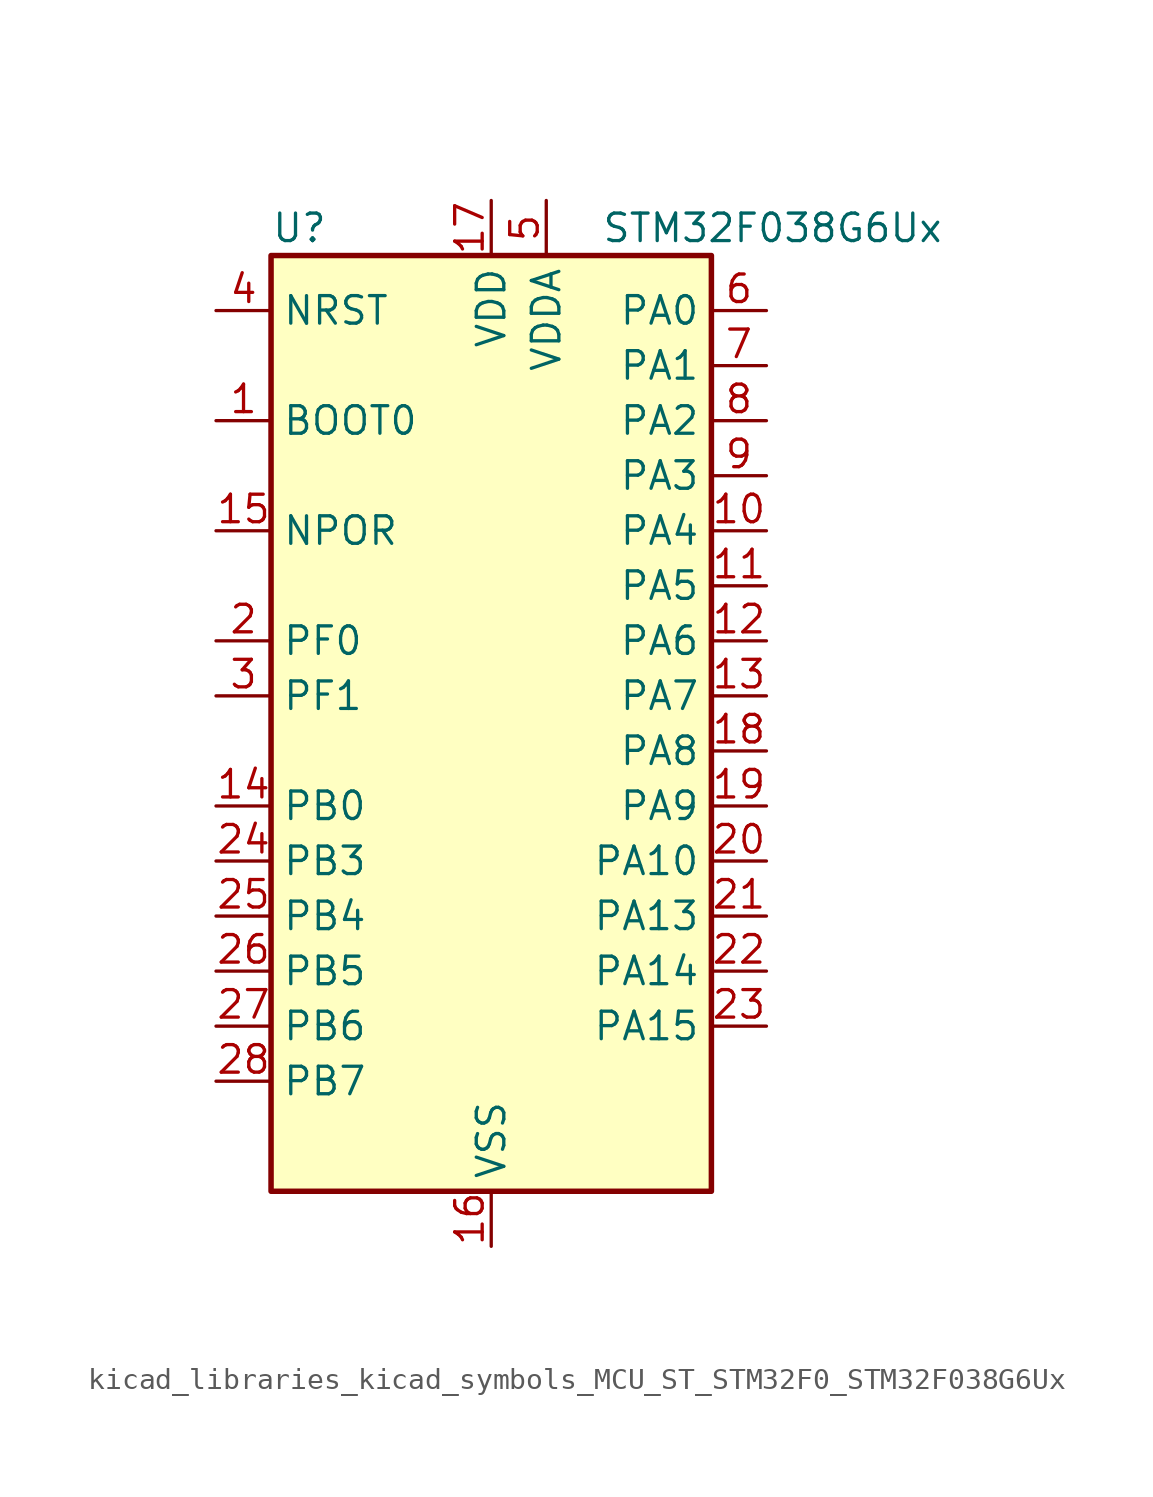
<source format=kicad_sym>
(kicad_symbol_lib
  (version 20220914)
  (generator kicad_symbol_editor)
  (symbol "kicad_libraries_kicad_symbols_MCU_ST_STM32F0_STM32F038G6Ux"
    (property "Reference" "U"
      (at -10.16 24.13 0)
      (effects (font (size 1.27 1.27)) (justify left)))
    (property "Value" "STM32F038G6Ux"
      (at 5.08 24.13 0)
      (effects (font (size 1.27 1.27)) (justify left)))
    (property "ki_locked" ""
      (at 0 0 0)
      (effects (font (size 1.27 1.27))))
    (symbol "kicad_libraries_kicad_symbols_MCU_ST_STM32F0_STM32F038G6Ux_0_1"
      (rectangle (start -10.16 -20.32) (end 10.16 22.86) (stroke (width 0.254) (type default)) (fill (type background))))
    (symbol "kicad_libraries_kicad_symbols_MCU_ST_STM32F0_STM32F038G6Ux_1_1"
      (pin input line (at -12.7 15.24 0) (length 2.54) (name "BOOT0" (effects (font (size 1.27 1.27)))) (number "1" (effects (font (size 1.27 1.27)))))
      (pin bidirectional line (at 12.7 10.16 180) (length 2.54) (name "PA4" (effects (font (size 1.27 1.27)))) (number "10" (effects (font (size 1.27 1.27)))) (alternate "ADC_IN4" bidirectional line) (alternate "I2S1_WS" bidirectional line) (alternate "SPI1_NSS" bidirectional line) (alternate "TIM14_CH1" bidirectional line) (alternate "USART1_CK" bidirectional line))
      (pin bidirectional line (at 12.7 7.62 180) (length 2.54) (name "PA5" (effects (font (size 1.27 1.27)))) (number "11" (effects (font (size 1.27 1.27)))) (alternate "ADC_IN5" bidirectional line) (alternate "I2S1_CK" bidirectional line) (alternate "SPI1_SCK" bidirectional line) (alternate "TIM2_CH1" bidirectional line) (alternate "TIM2_ETR" bidirectional line))
      (pin bidirectional line (at 12.7 5.08 180) (length 2.54) (name "PA6" (effects (font (size 1.27 1.27)))) (number "12" (effects (font (size 1.27 1.27)))) (alternate "ADC_IN6" bidirectional line) (alternate "I2S1_MCK" bidirectional line) (alternate "SPI1_MISO" bidirectional line) (alternate "TIM16_CH1" bidirectional line) (alternate "TIM1_BKIN" bidirectional line) (alternate "TIM3_CH1" bidirectional line))
      (pin bidirectional line (at 12.7 2.54 180) (length 2.54) (name "PA7" (effects (font (size 1.27 1.27)))) (number "13" (effects (font (size 1.27 1.27)))) (alternate "ADC_IN7" bidirectional line) (alternate "I2S1_SD" bidirectional line) (alternate "SPI1_MOSI" bidirectional line) (alternate "TIM14_CH1" bidirectional line) (alternate "TIM17_CH1" bidirectional line) (alternate "TIM1_CH1N" bidirectional line) (alternate "TIM3_CH2" bidirectional line))
      (pin bidirectional line (at -12.7 -2.54 0) (length 2.54) (name "PB0" (effects (font (size 1.27 1.27)))) (number "14" (effects (font (size 1.27 1.27)))) (alternate "ADC_IN8" bidirectional line) (alternate "TIM1_CH2N" bidirectional line) (alternate "TIM3_CH3" bidirectional line))
      (pin input line (at -12.7 10.16 0) (length 2.54) (name "NPOR" (effects (font (size 1.27 1.27)))) (number "15" (effects (font (size 1.27 1.27)))))
      (pin power_in line (at 0 -22.86 90) (length 2.54) (name "VSS" (effects (font (size 1.27 1.27)))) (number "16" (effects (font (size 1.27 1.27)))))
      (pin power_in line (at 0 25.4 270) (length 2.54) (name "VDD" (effects (font (size 1.27 1.27)))) (number "17" (effects (font (size 1.27 1.27)))))
      (pin bidirectional line (at 12.7 0 180) (length 2.54) (name "PA8" (effects (font (size 1.27 1.27)))) (number "18" (effects (font (size 1.27 1.27)))) (alternate "RCC_MCO" bidirectional line) (alternate "TIM1_CH1" bidirectional line) (alternate "USART1_CK" bidirectional line))
      (pin bidirectional line (at 12.7 -2.54 180) (length 2.54) (name "PA9" (effects (font (size 1.27 1.27)))) (number "19" (effects (font (size 1.27 1.27)))) (alternate "I2C1_SCL" bidirectional line) (alternate "TIM1_CH2" bidirectional line) (alternate "USART1_TX" bidirectional line))
      (pin bidirectional line (at -12.7 5.08 0) (length 2.54) (name "PF0" (effects (font (size 1.27 1.27)))) (number "2" (effects (font (size 1.27 1.27)))) (alternate "RCC_OSC_IN" bidirectional line))
      (pin bidirectional line (at 12.7 -5.08 180) (length 2.54) (name "PA10" (effects (font (size 1.27 1.27)))) (number "20" (effects (font (size 1.27 1.27)))) (alternate "I2C1_SDA" bidirectional line) (alternate "TIM17_BKIN" bidirectional line) (alternate "TIM1_CH3" bidirectional line) (alternate "USART1_RX" bidirectional line))
      (pin bidirectional line (at 12.7 -7.62 180) (length 2.54) (name "PA13" (effects (font (size 1.27 1.27)))) (number "21" (effects (font (size 1.27 1.27)))) (alternate "IR_OUT" bidirectional line) (alternate "SYS_SWDIO" bidirectional line))
      (pin bidirectional line (at 12.7 -10.16 180) (length 2.54) (name "PA14" (effects (font (size 1.27 1.27)))) (number "22" (effects (font (size 1.27 1.27)))) (alternate "SYS_SWCLK" bidirectional line) (alternate "USART1_TX" bidirectional line))
      (pin bidirectional line (at 12.7 -12.7 180) (length 2.54) (name "PA15" (effects (font (size 1.27 1.27)))) (number "23" (effects (font (size 1.27 1.27)))) (alternate "I2S1_WS" bidirectional line) (alternate "SPI1_NSS" bidirectional line) (alternate "TIM2_CH1" bidirectional line) (alternate "TIM2_ETR" bidirectional line) (alternate "USART1_RX" bidirectional line))
      (pin bidirectional line (at -12.7 -5.08 0) (length 2.54) (name "PB3" (effects (font (size 1.27 1.27)))) (number "24" (effects (font (size 1.27 1.27)))) (alternate "I2S1_CK" bidirectional line) (alternate "SPI1_SCK" bidirectional line) (alternate "TIM2_CH2" bidirectional line))
      (pin bidirectional line (at -12.7 -7.62 0) (length 2.54) (name "PB4" (effects (font (size 1.27 1.27)))) (number "25" (effects (font (size 1.27 1.27)))) (alternate "I2S1_MCK" bidirectional line) (alternate "SPI1_MISO" bidirectional line) (alternate "TIM3_CH1" bidirectional line))
      (pin bidirectional line (at -12.7 -10.16 0) (length 2.54) (name "PB5" (effects (font (size 1.27 1.27)))) (number "26" (effects (font (size 1.27 1.27)))) (alternate "I2C1_SMBA" bidirectional line) (alternate "I2S1_SD" bidirectional line) (alternate "SPI1_MOSI" bidirectional line) (alternate "TIM16_BKIN" bidirectional line) (alternate "TIM3_CH2" bidirectional line))
      (pin bidirectional line (at -12.7 -12.7 0) (length 2.54) (name "PB6" (effects (font (size 1.27 1.27)))) (number "27" (effects (font (size 1.27 1.27)))) (alternate "I2C1_SCL" bidirectional line) (alternate "TIM16_CH1N" bidirectional line) (alternate "USART1_TX" bidirectional line))
      (pin bidirectional line (at -12.7 -15.24 0) (length 2.54) (name "PB7" (effects (font (size 1.27 1.27)))) (number "28" (effects (font (size 1.27 1.27)))) (alternate "I2C1_SDA" bidirectional line) (alternate "TIM17_CH1N" bidirectional line) (alternate "USART1_RX" bidirectional line))
      (pin bidirectional line (at -12.7 2.54 0) (length 2.54) (name "PF1" (effects (font (size 1.27 1.27)))) (number "3" (effects (font (size 1.27 1.27)))) (alternate "RCC_OSC_OUT" bidirectional line))
      (pin input line (at -12.7 20.32 0) (length 2.54) (name "NRST" (effects (font (size 1.27 1.27)))) (number "4" (effects (font (size 1.27 1.27)))))
      (pin power_in line (at 2.54 25.4 270) (length 2.54) (name "VDDA" (effects (font (size 1.27 1.27)))) (number "5" (effects (font (size 1.27 1.27)))))
      (pin bidirectional line (at 12.7 20.32 180) (length 2.54) (name "PA0" (effects (font (size 1.27 1.27)))) (number "6" (effects (font (size 1.27 1.27)))) (alternate "ADC_IN0" bidirectional line) (alternate "RTC_TAMP2" bidirectional line) (alternate "SYS_WKUP1" bidirectional line) (alternate "TIM2_CH1" bidirectional line) (alternate "TIM2_ETR" bidirectional line) (alternate "USART1_CTS" bidirectional line))
      (pin bidirectional line (at 12.7 17.78 180) (length 2.54) (name "PA1" (effects (font (size 1.27 1.27)))) (number "7" (effects (font (size 1.27 1.27)))) (alternate "ADC_IN1" bidirectional line) (alternate "TIM2_CH2" bidirectional line) (alternate "USART1_DE" bidirectional line) (alternate "USART1_RTS" bidirectional line))
      (pin bidirectional line (at 12.7 15.24 180) (length 2.54) (name "PA2" (effects (font (size 1.27 1.27)))) (number "8" (effects (font (size 1.27 1.27)))) (alternate "ADC_IN2" bidirectional line) (alternate "TIM2_CH3" bidirectional line) (alternate "USART1_TX" bidirectional line))
      (pin bidirectional line (at 12.7 12.7 180) (length 2.54) (name "PA3" (effects (font (size 1.27 1.27)))) (number "9" (effects (font (size 1.27 1.27)))) (alternate "ADC_IN3" bidirectional line) (alternate "TIM2_CH4" bidirectional line) (alternate "USART1_RX" bidirectional line)))))
</source>
